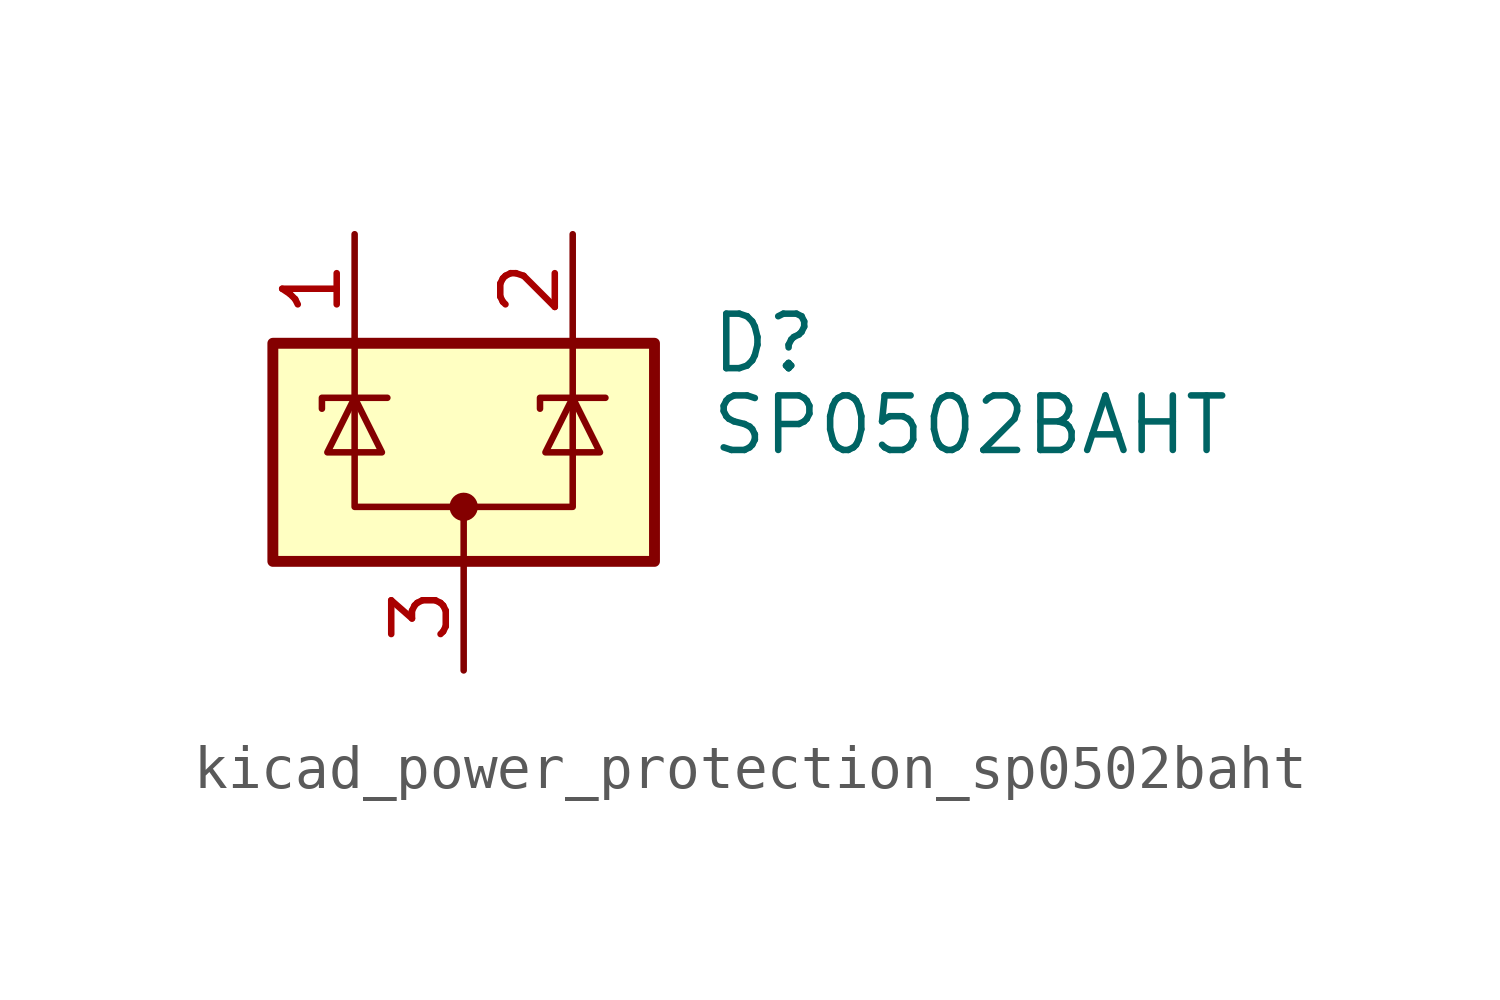
<source format=kicad_sym>
(kicad_symbol_lib
  (version 20220914)
  (generator kicad_symbol_editor)
  (symbol "kicad_power_protection_sp0502baht"
    (pin_names hide)
    (property "Reference" "D"
      (at 5.715 2.54 0)
      (effects (font (size 1.27 1.27)) (justify left)))
    (property "Value" "SP0502BAHT"
      (at 5.715 0.635 0)
      (effects (font (size 1.27 1.27)) (justify left)))
    (symbol "kicad_power_protection_sp0502baht_0_0"
      (pin passive line (at 0 -5.08 90) (length 2.54) (name "A" (effects (font (size 1.27 1.27)))) (number "3" (effects (font (size 1.27 1.27))))))
    (symbol "kicad_power_protection_sp0502baht_0_1"
      (rectangle (start -4.445 2.54) (end 4.445 -2.54) (stroke (width 0.254) (type default)) (fill (type background)))
      (circle (center 0 -1.27) (radius 0.254) (stroke (width 0) (type default)) (fill (type outline)))
      (polyline (pts (xy -2.54 2.54) (xy -2.54 1.27)) (stroke (width 0) (type default)) (fill (type none)))
      (polyline (pts (xy 0 -1.27) (xy 0 -2.54)) (stroke (width 0) (type default)) (fill (type none)))
      (polyline (pts (xy 2.54 2.54) (xy 2.54 1.27)) (stroke (width 0) (type default)) (fill (type none)))
      (polyline (pts (xy -3.302 1.016) (xy -3.302 1.27) (xy -1.905 1.27) (xy -1.778 1.27)) (stroke (width 0) (type default)) (fill (type none)))
      (polyline (pts (xy -2.54 1.27) (xy -2.54 -1.27) (xy 2.54 -1.27) (xy 2.54 1.27)) (stroke (width 0) (type default)) (fill (type none)))
      (polyline (pts (xy -2.54 1.27) (xy -1.905 0) (xy -3.175 0) (xy -2.54 1.27)) (stroke (width 0) (type default)) (fill (type none)))
      (polyline (pts (xy 1.778 1.016) (xy 1.778 1.27) (xy 3.175 1.27) (xy 3.302 1.27)) (stroke (width 0) (type default)) (fill (type none)))
      (polyline (pts (xy 2.54 1.27) (xy 1.905 0) (xy 3.175 0) (xy 2.54 1.27)) (stroke (width 0) (type default)) (fill (type none))))
    (symbol "kicad_power_protection_sp0502baht_1_1"
      (pin passive line (at -2.54 5.08 270) (length 2.54) (name "K" (effects (font (size 1.27 1.27)))) (number "1" (effects (font (size 1.27 1.27)))))
      (pin passive line (at 2.54 5.08 270) (length 2.54) (name "K" (effects (font (size 1.27 1.27)))) (number "2" (effects (font (size 1.27 1.27))))))))
</source>
